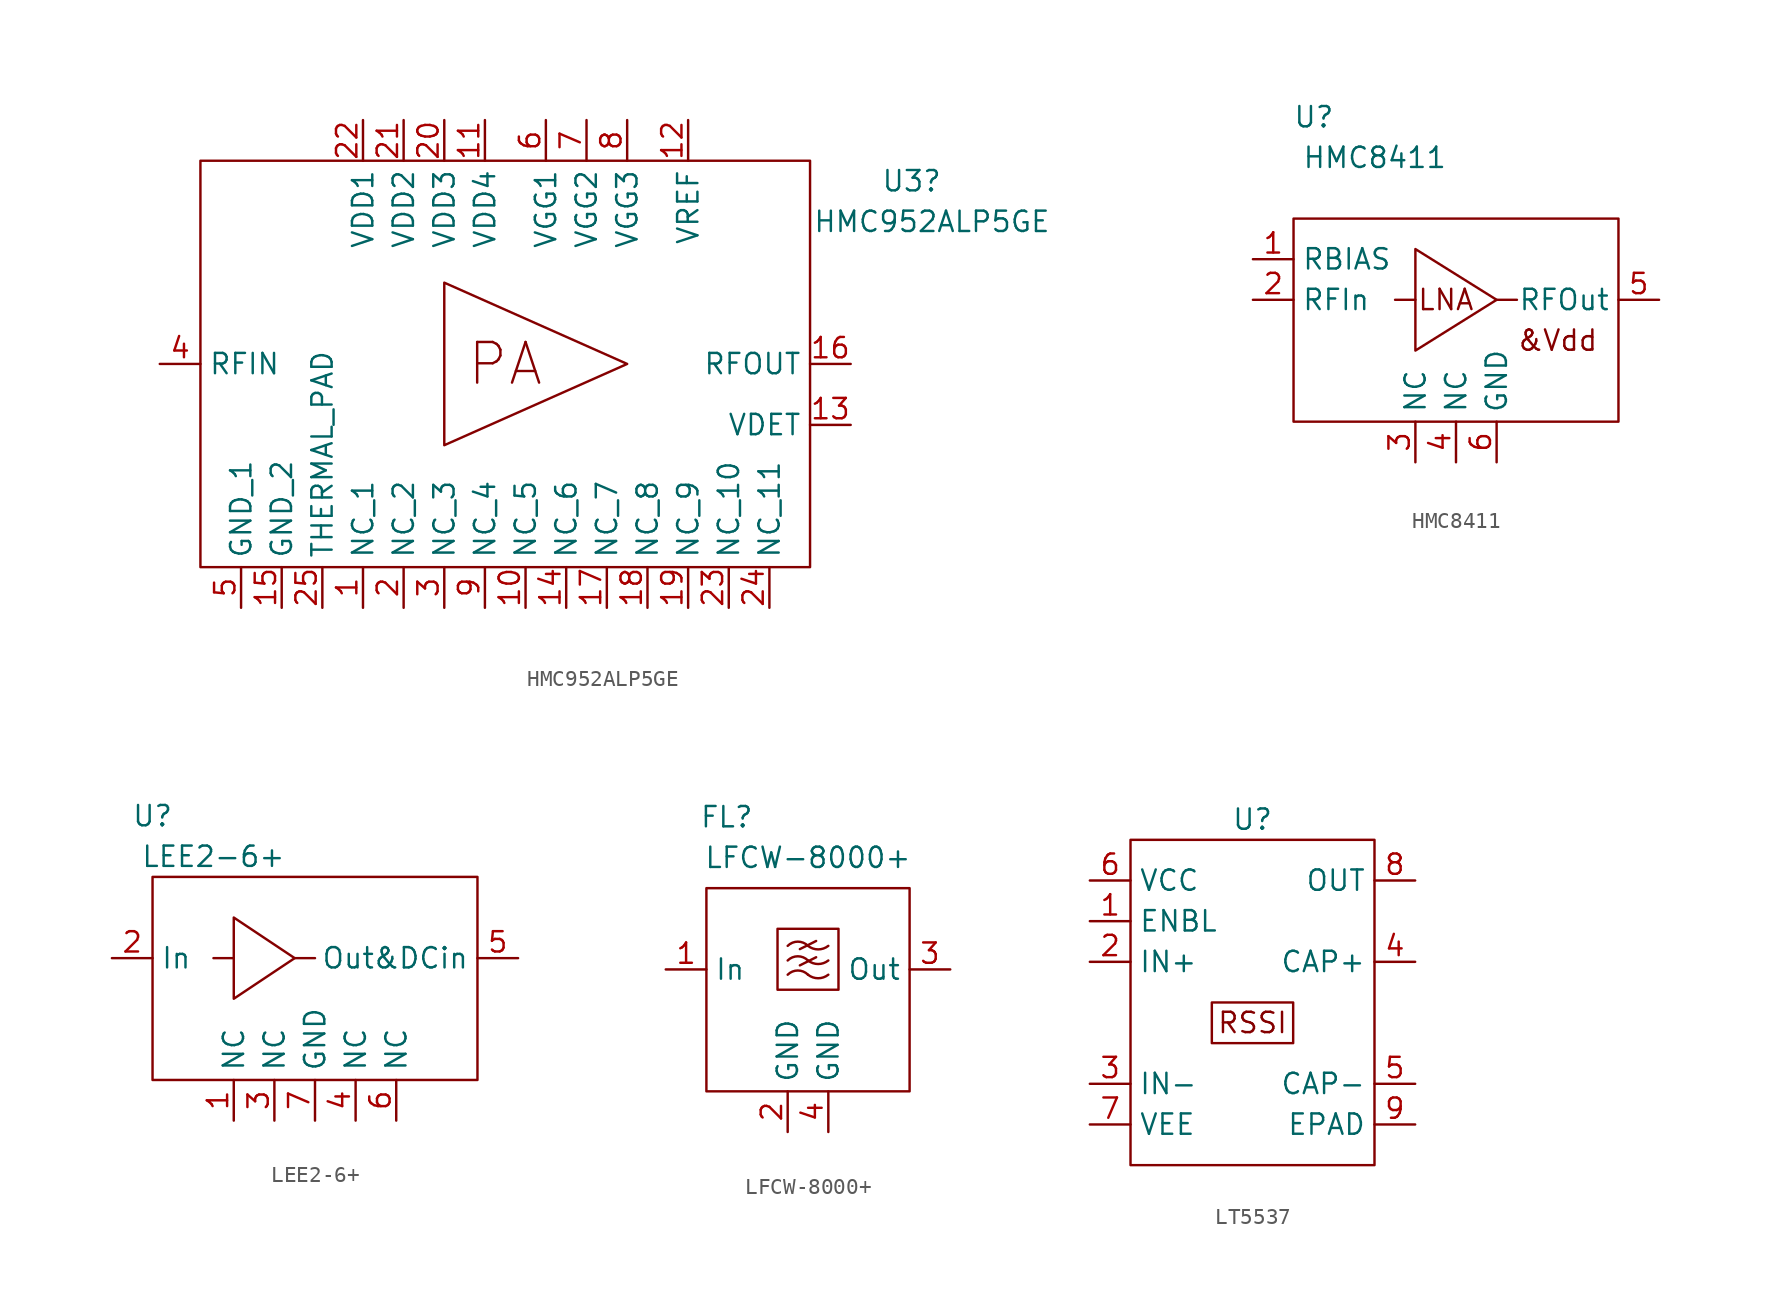
<source format=kicad_sym>
(kicad_symbol_lib
  (version 20220914)
  (generator kicad_symbol_editor)
  (symbol "HMC952ALP5GE"
    (property "Reference" "U3"
      (at 33.02 30.48 0)
      (effects (font (size 1.27 1.27))))
    (property "Value" "HMC952ALP5GE"
      (at 34.29 27.94 0)
      (effects (font (size 1.27 1.27))))
    (symbol "HMC952ALP5GE_0_0"
      (rectangle (start -11.43 31.75) (end 26.67 6.35) (stroke (width 0) (type default)) (fill (type none)))
      (polyline (pts (xy 3.81 24.13) (xy 3.81 13.97) (xy 15.24 19.05) (xy 3.81 24.13)) (stroke (width 0) (type default)) (fill (type none)))
      (text "PA" (at 7.62 19.05 0) (effects (font (size 2.54 2.54))))
      (pin passive line (at -1.27 3.81 90) (length 2.54) (name "NC_1" (effects (font (size 1.27 1.27)))) (number "1" (effects (font (size 1.27 1.27)))))
      (pin passive line (at 8.89 3.81 90) (length 2.54) (name "NC_5" (effects (font (size 1.27 1.27)))) (number "10" (effects (font (size 1.27 1.27)))))
      (pin passive line (at 6.35 34.29 270) (length 2.54) (name "VDD4" (effects (font (size 1.27 1.27)))) (number "11" (effects (font (size 1.27 1.27)))))
      (pin passive line (at 19.05 34.29 270) (length 2.54) (name "VREF" (effects (font (size 1.27 1.27)))) (number "12" (effects (font (size 1.27 1.27)))))
      (pin passive line (at 29.21 15.24 180) (length 2.54) (name "VDET" (effects (font (size 1.27 1.27)))) (number "13" (effects (font (size 1.27 1.27)))))
      (pin passive line (at 11.43 3.81 90) (length 2.54) (name "NC_6" (effects (font (size 1.27 1.27)))) (number "14" (effects (font (size 1.27 1.27)))))
      (pin passive line (at -6.35 3.81 90) (length 2.54) (name "GND_2" (effects (font (size 1.27 1.27)))) (number "15" (effects (font (size 1.27 1.27)))))
      (pin passive line (at 29.21 19.05 180) (length 2.54) (name "RFOUT" (effects (font (size 1.27 1.27)))) (number "16" (effects (font (size 1.27 1.27)))))
      (pin passive line (at 13.97 3.81 90) (length 2.54) (name "NC_7" (effects (font (size 1.27 1.27)))) (number "17" (effects (font (size 1.27 1.27)))))
      (pin passive line (at 16.51 3.81 90) (length 2.54) (name "NC_8" (effects (font (size 1.27 1.27)))) (number "18" (effects (font (size 1.27 1.27)))))
      (pin passive line (at 19.05 3.81 90) (length 2.54) (name "NC_9" (effects (font (size 1.27 1.27)))) (number "19" (effects (font (size 1.27 1.27)))))
      (pin passive line (at 1.27 3.81 90) (length 2.54) (name "NC_2" (effects (font (size 1.27 1.27)))) (number "2" (effects (font (size 1.27 1.27)))))
      (pin passive line (at 3.81 34.29 270) (length 2.54) (name "VDD3" (effects (font (size 1.27 1.27)))) (number "20" (effects (font (size 1.27 1.27)))))
      (pin passive line (at 1.27 34.29 270) (length 2.54) (name "VDD2" (effects (font (size 1.27 1.27)))) (number "21" (effects (font (size 1.27 1.27)))))
      (pin passive line (at -1.27 34.29 270) (length 2.54) (name "VDD1" (effects (font (size 1.27 1.27)))) (number "22" (effects (font (size 1.27 1.27)))))
      (pin passive line (at 21.59 3.81 90) (length 2.54) (name "NC_10" (effects (font (size 1.27 1.27)))) (number "23" (effects (font (size 1.27 1.27)))))
      (pin passive line (at 24.13 3.81 90) (length 2.54) (name "NC_11" (effects (font (size 1.27 1.27)))) (number "24" (effects (font (size 1.27 1.27)))))
      (pin passive line (at -3.81 3.81 90) (length 2.54) (name "THERMAL_PAD" (effects (font (size 1.27 1.27)))) (number "25" (effects (font (size 1.27 1.27)))))
      (pin passive line (at 3.81 3.81 90) (length 2.54) (name "NC_3" (effects (font (size 1.27 1.27)))) (number "3" (effects (font (size 1.27 1.27)))))
      (pin passive line (at -13.97 19.05 0) (length 2.54) (name "RFIN" (effects (font (size 1.27 1.27)))) (number "4" (effects (font (size 1.27 1.27)))))
      (pin passive line (at -8.89 3.81 90) (length 2.54) (name "GND_1" (effects (font (size 1.27 1.27)))) (number "5" (effects (font (size 1.27 1.27)))))
      (pin passive line (at 10.16 34.29 270) (length 2.54) (name "VGG1" (effects (font (size 1.27 1.27)))) (number "6" (effects (font (size 1.27 1.27)))))
      (pin passive line (at 12.7 34.29 270) (length 2.54) (name "VGG2" (effects (font (size 1.27 1.27)))) (number "7" (effects (font (size 1.27 1.27)))))
      (pin passive line (at 15.24 34.29 270) (length 2.54) (name "VGG3" (effects (font (size 1.27 1.27)))) (number "8" (effects (font (size 1.27 1.27)))))
      (pin passive line (at 6.35 3.81 90) (length 2.54) (name "NC_4" (effects (font (size 1.27 1.27)))) (number "9" (effects (font (size 1.27 1.27)))))))
  (symbol "HMC8411"
    (property "Reference" "U"
      (at 13.97 17.78 0)
      (effects (font (size 1.27 1.27))))
    (property "Value" "HMC8411"
      (at 17.78 15.24 0)
      (effects (font (size 1.27 1.27))))
    (symbol "HMC8411_0_0"
      (text "&Vdd" (at 29.21 3.81 0) (effects (font (size 1.27 1.27))))
      (text "LNA" (at 22.225 6.35 0) (effects (font (size 1.27 1.27))))
      (pin unspecified line (at 10.16 8.89 0) (length 2.54) (name "RBIAS" (effects (font (size 1.27 1.27)))) (number "1" (effects (font (size 1.27 1.27)))))
      (pin unspecified line (at 10.16 6.35 0) (length 2.54) (name "RFIn" (effects (font (size 1.27 1.27)))) (number "2" (effects (font (size 1.27 1.27)))))
      (pin unspecified line (at 20.32 -3.81 90) (length 2.54) (name "NC" (effects (font (size 1.27 1.27)))) (number "3" (effects (font (size 1.27 1.27)))))
      (pin unspecified line (at 22.86 -3.81 90) (length 2.54) (name "NC" (effects (font (size 1.27 1.27)))) (number "4" (effects (font (size 1.27 1.27)))))
      (pin unspecified line (at 35.56 6.35 180) (length 2.54) (name "RFOut" (effects (font (size 1.27 1.27)))) (number "5" (effects (font (size 1.27 1.27)))))
      (pin unspecified line (at 25.4 -3.81 90) (length 2.54) (name "GND" (effects (font (size 1.27 1.27)))) (number "6" (effects (font (size 1.27 1.27))))))
    (symbol "HMC8411_0_1"
      (polyline (pts (xy 20.32 6.35) (xy 19.05 6.35)) (stroke (width 0) (type default)) (fill (type none)))
      (polyline (pts (xy 26.67 6.35) (xy 25.4 6.35)) (stroke (width 0) (type default)) (fill (type none)))
      (polyline (pts (xy 20.32 9.525) (xy 20.32 3.175) (xy 25.4 6.35) (xy 20.32 9.525)) (stroke (width 0) (type default)) (fill (type none)))
      (rectangle (start 12.7 11.43) (end 33.02 -1.27) (stroke (width 0) (type default)) (fill (type none)))))
  (symbol "LEE2-6+"
    (property "Reference" "U"
      (at 7.62 24.13 0)
      (effects (font (size 1.27 1.27))))
    (property "Value" "LEE2-6+"
      (at 11.43 21.59 0)
      (effects (font (size 1.27 1.27))))
    (symbol "LEE2-6+_0_0"
      (polyline (pts (xy 12.7 15.24) (xy 11.43 15.24)) (stroke (width 0) (type default)) (fill (type none)))
      (polyline (pts (xy 16.51 15.24) (xy 17.78 15.24)) (stroke (width 0) (type default)) (fill (type none)))
      (polyline (pts (xy 12.7 17.78) (xy 12.7 12.7) (xy 16.51 15.24) (xy 12.7 17.78)) (stroke (width 0) (type default)) (fill (type none)))
      (pin passive line (at 12.7 5.08 90) (length 2.54) (name "NC" (effects (font (size 1.27 1.27)))) (number "1" (effects (font (size 1.27 1.27)))))
      (pin passive line (at 5.08 15.24 0) (length 2.54) (name "In" (effects (font (size 1.27 1.27)))) (number "2" (effects (font (size 1.27 1.27)))))
      (pin passive line (at 15.24 5.08 90) (length 2.54) (name "NC" (effects (font (size 1.27 1.27)))) (number "3" (effects (font (size 1.27 1.27)))))
      (pin passive line (at 20.32 5.08 90) (length 2.54) (name "NC" (effects (font (size 1.27 1.27)))) (number "4" (effects (font (size 1.27 1.27)))))
      (pin passive line (at 30.48 15.24 180) (length 2.54) (name "Out&DCin" (effects (font (size 1.27 1.27)))) (number "5" (effects (font (size 1.27 1.27)))))
      (pin passive line (at 22.86 5.08 90) (length 2.54) (name "NC" (effects (font (size 1.27 1.27)))) (number "6" (effects (font (size 1.27 1.27)))))
      (pin passive line (at 17.78 5.08 90) (length 2.54) (name "GND" (effects (font (size 1.27 1.27)))) (number "7" (effects (font (size 1.27 1.27))))))
    (symbol "LEE2-6+_0_1"
      (rectangle (start 7.62 20.32) (end 27.94 7.62) (stroke (width 0) (type default)) (fill (type none)))))
  (symbol "LFCW-8000+"
    (property "Reference" "FL"
      (at 1.27 19.685 0)
      (effects (font (size 1.27 1.27))))
    (property "Value" "LFCW-8000+"
      (at 6.35 17.145 0)
      (effects (font (size 1.27 1.27))))
    (symbol "LFCW-8000+_0_0"
      (pin input line (at -2.54 10.16 0) (length 2.54) (name "In" (effects (font (size 1.27 1.27)))) (number "1" (effects (font (size 1.27 1.27)))))
      (pin passive line (at 5.08 0 90) (length 2.54) (name "GND" (effects (font (size 1.27 1.27)))) (number "2" (effects (font (size 1.27 1.27)))))
      (pin output line (at 15.24 10.16 180) (length 2.54) (name "Out" (effects (font (size 1.27 1.27)))) (number "3" (effects (font (size 1.27 1.27)))))
      (pin passive line (at 7.62 0 90) (length 2.54) (name "GND" (effects (font (size 1.27 1.27)))) (number "4" (effects (font (size 1.27 1.27))))))
    (symbol "LFCW-8000+_0_1"
      (polyline (pts (xy 5.842 10.414) (xy 6.858 10.922)) (stroke (width 0) (type default)) (fill (type none)))
      (polyline (pts (xy 5.842 11.43) (xy 6.858 11.938)) (stroke (width 0) (type default)) (fill (type none)))
      (rectangle (start 0 15.24) (end 12.7 2.54) (stroke (width 0) (type default)) (fill (type none)))
      (rectangle (start 4.445 12.7) (end 8.255 8.89) (stroke (width 0) (type default)) (fill (type none)))
      (arc (start 6.35 9.8298) (mid 5.715 10.0929) (end 5.08 9.8298) (stroke (width 0) (type default)) (fill (type none)))
      (arc (start 6.35 9.8298) (mid 6.985 9.6088) (end 7.62 9.8298) (stroke (width 0) (type default)) (fill (type none)))
      (arc (start 6.35 10.7188) (mid 5.715 10.981) (end 5.08 10.7188) (stroke (width 0) (type default)) (fill (type none)))
      (arc (start 6.35 10.7188) (mid 6.985 10.4978) (end 7.62 10.7188) (stroke (width 0) (type default)) (fill (type none)))
      (arc (start 6.35 11.6332) (mid 5.715 11.8963) (end 5.08 11.6332) (stroke (width 0) (type default)) (fill (type none)))
      (arc (start 6.35 11.6332) (mid 6.985 11.412) (end 7.62 11.6332) (stroke (width 0) (type default)) (fill (type none)))))
  (symbol "LT5537"
    (property "Reference" "U"
      (at 0 12.7 0)
      (effects (font (size 1.27 1.27))))
    (property "Value" ""
      (at 0 12.7 0)
      (effects (font (size 1.27 1.27))))
    (symbol "LT5537_0_0"
      (rectangle (start -2.54 1.27) (end 2.54 -1.27) (stroke (width 0) (type default)) (fill (type none)))
      (text "RSSI" (at 0 0 0) (effects (font (size 1.27 1.27))))
      (pin passive line (at -10.16 6.35 0) (length 2.54) (name "ENBL" (effects (font (size 1.27 1.27)))) (number "1" (effects (font (size 1.27 1.27)))))
      (pin input line (at -10.16 3.81 0) (length 2.54) (name "IN+" (effects (font (size 1.27 1.27)))) (number "2" (effects (font (size 1.27 1.27)))))
      (pin input line (at -10.16 -3.81 0) (length 2.54) (name "IN-" (effects (font (size 1.27 1.27)))) (number "3" (effects (font (size 1.27 1.27)))))
      (pin passive line (at 10.16 3.81 180) (length 2.54) (name "CAP+" (effects (font (size 1.27 1.27)))) (number "4" (effects (font (size 1.27 1.27)))))
      (pin passive line (at 10.16 -3.81 180) (length 2.54) (name "CAP-" (effects (font (size 1.27 1.27)))) (number "5" (effects (font (size 1.27 1.27)))))
      (pin passive line (at -10.16 8.89 0) (length 2.54) (name "VCC" (effects (font (size 1.27 1.27)))) (number "6" (effects (font (size 1.27 1.27)))))
      (pin passive line (at -10.16 -6.35 0) (length 2.54) (name "VEE" (effects (font (size 1.27 1.27)))) (number "7" (effects (font (size 1.27 1.27)))))
      (pin output line (at 10.16 8.89 180) (length 2.54) (name "OUT" (effects (font (size 1.27 1.27)))) (number "8" (effects (font (size 1.27 1.27)))))
      (pin passive line (at 10.16 -6.35 180) (length 2.54) (name "EPAD" (effects (font (size 1.27 1.27)))) (number "9" (effects (font (size 1.27 1.27))))))
    (symbol "LT5537_0_1"
      (rectangle (start -7.62 11.43) (end 7.62 -8.89) (stroke (width 0) (type default)) (fill (type none))))))
</source>
